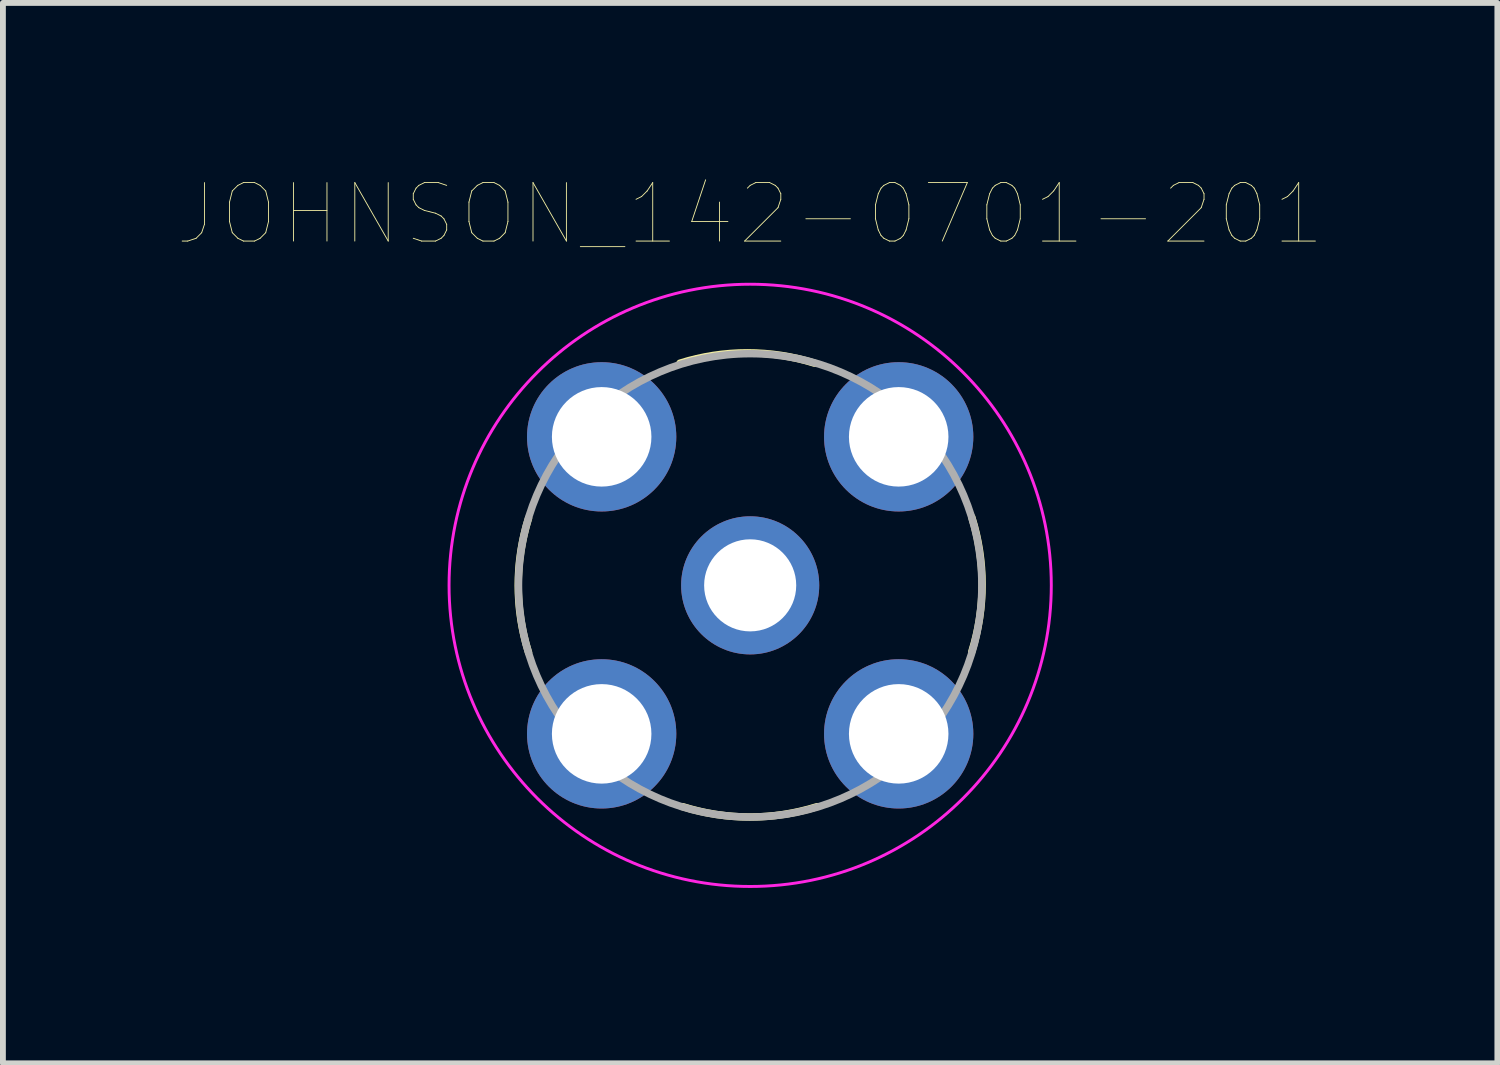
<source format=kicad_pcb>
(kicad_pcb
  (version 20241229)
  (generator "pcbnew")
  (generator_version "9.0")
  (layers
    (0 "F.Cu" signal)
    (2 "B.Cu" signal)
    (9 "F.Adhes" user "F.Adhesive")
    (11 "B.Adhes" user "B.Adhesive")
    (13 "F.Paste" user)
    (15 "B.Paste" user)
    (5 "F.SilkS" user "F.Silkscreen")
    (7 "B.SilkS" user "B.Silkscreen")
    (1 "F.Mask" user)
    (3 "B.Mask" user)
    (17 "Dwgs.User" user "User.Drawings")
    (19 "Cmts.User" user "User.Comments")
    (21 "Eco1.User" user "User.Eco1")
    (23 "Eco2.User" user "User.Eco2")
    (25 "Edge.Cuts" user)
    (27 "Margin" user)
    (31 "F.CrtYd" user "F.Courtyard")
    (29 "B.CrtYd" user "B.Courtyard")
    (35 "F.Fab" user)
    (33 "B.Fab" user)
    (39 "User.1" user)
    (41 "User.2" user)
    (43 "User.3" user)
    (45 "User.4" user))
  (footprint "JOHNSON_142-0701-201"
    (layer "F.Cu")
    (at 9.78 6.961)
    (property "Reference" "JOHNSON_142-0701-201" (at 0 -6.35 0) (layer "F.SilkS") (effects (font (size 1 1) (thickness 0.015))))
    (attr through_hole)
    (fp_arc (start -3.79 1.15) (mid -3.967002 0) (end -3.79 -1.15) (stroke (width 0.127) (type solid)) (layer "F.SilkS"))
    (fp_arc (start -1.2 -3.8) (mid -0.05 -3.977002) (end 1.1 -3.8) (stroke (width 0.127) (type solid)) (layer "F.SilkS"))
    (fp_arc (start 1.145 3.785) (mid -0.005 3.962002) (end -1.155 3.785) (stroke (width 0.127) (type solid)) (layer "F.SilkS"))
    (fp_arc (start 3.79 -1.165) (mid 3.967002 -0.015) (end 3.79 1.135) (stroke (width 0.127) (type solid)) (layer "F.SilkS"))
    (fp_circle (center 0 0) (end 5.15 0) (stroke (width 0.05) (type solid)) (fill no) (layer "F.CrtYd"))
    (fp_circle (center 0 0) (end 3.962 0) (stroke (width 0.127) (type solid)) (fill no) (layer "F.Fab"))
    (pad "1" thru_hole circle (at 0 0) (size 2.362 2.362) (drill 1.575) (layers "*.Cu" "*.Mask"))
    (pad "2" thru_hole circle (at -2.54 -2.54) (size 2.553 2.553) (drill 1.702) (layers "*.Cu" "*.Mask"))
    (pad "2" thru_hole circle (at -2.54 2.54) (size 2.553 2.553) (drill 1.702) (layers "*.Cu" "*.Mask"))
    (pad "2" thru_hole circle (at 2.54 -2.54) (size 2.553 2.553) (drill 1.702) (layers "*.Cu" "*.Mask"))
    (pad "2" thru_hole circle (at 2.54 2.54) (size 2.553 2.553) (drill 1.702) (layers "*.Cu" "*.Mask")))
  (gr_rect
    (start -3 -3)
    (end 22.559 15.136)
    (stroke (width 0.1) (type default))
    (fill no)
    (layer "Edge.Cuts")))
</source>
